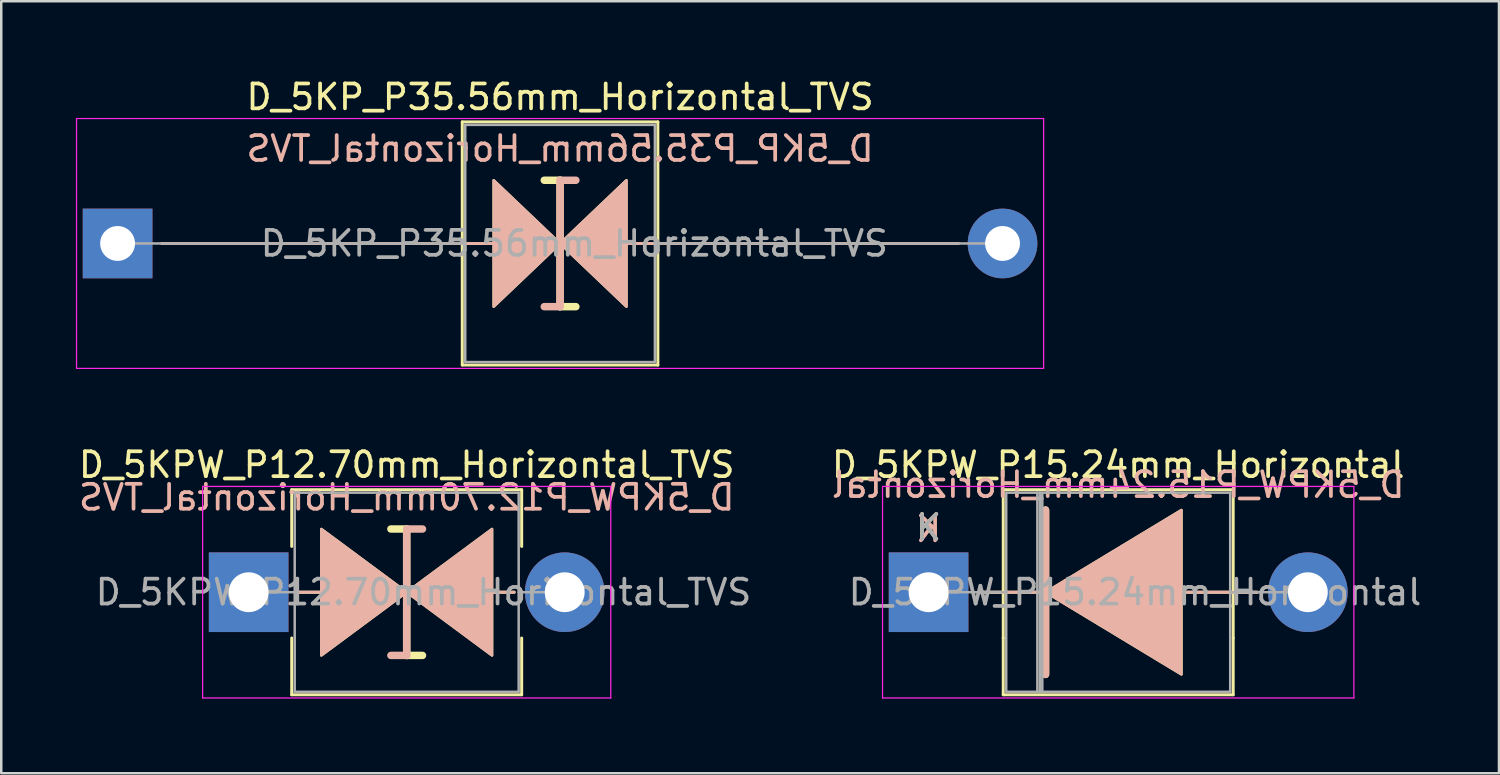
<source format=kicad_pcb>
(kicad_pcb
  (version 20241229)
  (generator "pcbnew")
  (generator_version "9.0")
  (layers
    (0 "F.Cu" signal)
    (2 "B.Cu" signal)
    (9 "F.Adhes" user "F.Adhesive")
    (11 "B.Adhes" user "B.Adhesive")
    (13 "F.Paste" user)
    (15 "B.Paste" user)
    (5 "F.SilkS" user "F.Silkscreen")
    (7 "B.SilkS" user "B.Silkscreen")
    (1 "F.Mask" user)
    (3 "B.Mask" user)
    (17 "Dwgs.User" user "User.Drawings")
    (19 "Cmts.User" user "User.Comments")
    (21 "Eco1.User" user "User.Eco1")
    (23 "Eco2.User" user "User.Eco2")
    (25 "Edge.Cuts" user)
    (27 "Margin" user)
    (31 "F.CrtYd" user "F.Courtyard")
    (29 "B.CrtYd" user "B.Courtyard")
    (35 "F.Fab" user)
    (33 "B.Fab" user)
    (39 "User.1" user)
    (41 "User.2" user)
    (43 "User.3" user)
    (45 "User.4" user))
  (footprint "D_5KP_P35.56mm_Horizontal_TVS"
    (layer "F.Cu")
    (at 1.675 6.733)
    (property "Reference" "D_5KP_P35.56mm_Horizontal_TVS" (at 17.78 -5.885 0) (layer "F.SilkS") (effects (font (size 1 1) (thickness 0.15))))
    (fp_line (start 1.778 0) (end 15.113 0) (stroke (width 0.12) (type solid)) (layer "F.SilkS"))
    (fp_line (start 13.85 -4.885) (end 13.85 4.885) (stroke (width 0.12) (type solid)) (layer "F.SilkS"))
    (fp_line (start 13.85 4.885) (end 21.71 4.885) (stroke (width 0.12) (type solid)) (layer "F.SilkS"))
    (fp_line (start 17.78 -2.54) (end 17.145 -2.54) (stroke (width 0.3) (type solid)) (layer "F.SilkS"))
    (fp_line (start 17.78 2.54) (end 17.78 -2.54) (stroke (width 0.3) (type solid)) (layer "F.SilkS"))
    (fp_line (start 18.415 2.54) (end 17.78 2.54) (stroke (width 0.3) (type solid)) (layer "F.SilkS"))
    (fp_line (start 21.71 -4.885) (end 13.85 -4.885) (stroke (width 0.12) (type solid)) (layer "F.SilkS"))
    (fp_line (start 21.71 4.885) (end 21.71 -4.885) (stroke (width 0.12) (type solid)) (layer "F.SilkS"))
    (fp_line (start 33.782 0) (end 20.447 0) (stroke (width 0.12) (type solid)) (layer "F.SilkS"))
    (fp_poly (pts (xy 17.78 0) (xy 15.113 2.54) (xy 15.113 -2.54)) (stroke (width 0.1) (type solid)) (fill yes) (layer "F.SilkS"))
    (fp_poly (pts (xy 17.78 0) (xy 20.447 -2.54) (xy 20.447 2.54)) (stroke (width 0.1) (type solid)) (fill yes) (layer "F.SilkS"))
    (fp_line (start 1.778 0) (end 15.113 0) (stroke (width 0.12) (type solid)) (layer "B.SilkS"))
    (fp_line (start 17.78 -2.54) (end 17.78 2.54) (stroke (width 0.3) (type solid)) (layer "B.SilkS"))
    (fp_line (start 17.78 2.54) (end 17.145 2.54) (stroke (width 0.3) (type solid)) (layer "B.SilkS"))
    (fp_line (start 18.415 -2.54) (end 17.78 -2.54) (stroke (width 0.3) (type solid)) (layer "B.SilkS"))
    (fp_line (start 33.782 0) (end 20.447 0) (stroke (width 0.12) (type solid)) (layer "B.SilkS"))
    (fp_poly (pts (xy 17.78 0) (xy 15.113 -2.54) (xy 15.113 2.54)) (stroke (width 0.1) (type solid)) (fill yes) (layer "B.SilkS"))
    (fp_poly (pts (xy 17.78 0) (xy 20.447 2.54) (xy 20.447 -2.54)) (stroke (width 0.1) (type solid)) (fill yes) (layer "B.SilkS"))
    (fp_line (start -1.65 -5.02) (end -1.65 5.02) (stroke (width 0.05) (type solid)) (layer "F.CrtYd"))
    (fp_line (start -1.65 5.02) (end 37.21 5.02) (stroke (width 0.05) (type solid)) (layer "F.CrtYd"))
    (fp_line (start 37.21 -5.02) (end -1.65 -5.02) (stroke (width 0.05) (type solid)) (layer "F.CrtYd"))
    (fp_line (start 37.21 5.02) (end 37.21 -5.02) (stroke (width 0.05) (type solid)) (layer "F.CrtYd"))
    (fp_line (start 0 0) (end 13.97 0) (stroke (width 0.1) (type solid)) (layer "F.Fab"))
    (fp_line (start 13.97 -4.765) (end 13.97 4.765) (stroke (width 0.1) (type solid)) (layer "F.Fab"))
    (fp_line (start 13.97 4.765) (end 21.59 4.765) (stroke (width 0.1) (type solid)) (layer "F.Fab"))
    (fp_line (start 21.59 -4.765) (end 13.97 -4.765) (stroke (width 0.1) (type solid)) (layer "F.Fab"))
    (fp_line (start 21.59 4.765) (end 21.59 -4.765) (stroke (width 0.1) (type solid)) (layer "F.Fab"))
    (fp_line (start 35.56 0) (end 21.59 0) (stroke (width 0.1) (type solid)) (layer "F.Fab"))
    (fp_text user "${REFERENCE}" (at 17.78 -3.81 0) (layer "B.SilkS") (effects (font (size 1 1) (thickness 0.15)) (justify mirror)))
    (fp_text user "${REFERENCE}" (at 18.352 0 0) (layer "F.Fab") (effects (font (size 1 1) (thickness 0.15))))
    (pad "1" thru_hole rect (at 0 0) (size 2.8 2.8) (drill 1.4) (layers "*.Cu" "*.Mask"))
    (pad "2" thru_hole oval (at 35.56 0) (size 2.8 2.8) (drill 1.4) (layers "*.Cu" "*.Mask")))
  (footprint "D_5KPW_P15.24mm_Horizontal"
    (layer "F.Cu")
    (at 34.263 20.747)
    (property "Reference" "D_5KPW_P15.24mm_Horizontal" (at 7.62 -5.12 0) (layer "F.SilkS") (effects (font (size 1 1) (thickness 0.15))))
    (fp_line (start 2.032 0) (end 4.699 0) (stroke (width 0.12) (type solid)) (layer "F.SilkS"))
    (fp_line (start 3 -4.12) (end 12.24 -4.12) (stroke (width 0.12) (type solid)) (layer "F.SilkS"))
    (fp_line (start 3 1.84) (end 3 -4.12) (stroke (width 0.12) (type solid)) (layer "F.SilkS"))
    (fp_line (start 3 1.84) (end 3 4.12) (stroke (width 0.12) (type solid)) (layer "F.SilkS"))
    (fp_line (start 3 4.12) (end 12.24 4.12) (stroke (width 0.12) (type solid)) (layer "F.SilkS"))
    (fp_line (start 4.699 -3.302) (end 4.699 3.302) (stroke (width 0.3) (type solid)) (layer "F.SilkS"))
    (fp_line (start 12.24 -4.12) (end 12.24 1.84) (stroke (width 0.12) (type solid)) (layer "F.SilkS"))
    (fp_line (start 12.24 4.12) (end 12.24 1.84) (stroke (width 0.12) (type solid)) (layer "F.SilkS"))
    (fp_line (start 13.208 0) (end 9.67 0) (stroke (width 0.12) (type solid)) (layer "F.SilkS"))
    (fp_poly (pts (xy 10.16 3.302) (xy 4.699 0) (xy 10.16 -3.302)) (stroke (width 0.1) (type solid)) (fill yes) (layer "F.SilkS"))
    (fp_line (start 2.032 0) (end 4.699 0) (stroke (width 0.12) (type solid)) (layer "B.SilkS"))
    (fp_line (start 4.699 3.302) (end 4.699 -3.302) (stroke (width 0.3) (type solid)) (layer "B.SilkS"))
    (fp_line (start 13.208 0) (end 9.67 0) (stroke (width 0.12) (type solid)) (layer "B.SilkS"))
    (fp_poly (pts (xy 10.16 -3.302) (xy 4.699 0) (xy 10.16 3.302)) (stroke (width 0.1) (type solid)) (fill yes) (layer "B.SilkS"))
    (fp_line (start -1.85 -4.25) (end -1.85 4.25) (stroke (width 0.05) (type solid)) (layer "F.CrtYd"))
    (fp_line (start -1.85 4.25) (end 17.09 4.25) (stroke (width 0.05) (type solid)) (layer "F.CrtYd"))
    (fp_line (start 17.09 -4.25) (end -1.85 -4.25) (stroke (width 0.05) (type solid)) (layer "F.CrtYd"))
    (fp_line (start 17.09 4.25) (end 17.09 -4.25) (stroke (width 0.05) (type solid)) (layer "F.CrtYd"))
    (fp_line (start 0 0) (end 3.12 0) (stroke (width 0.1) (type solid)) (layer "F.Fab"))
    (fp_line (start 3.12 -4) (end 3.12 4) (stroke (width 0.1) (type solid)) (layer "F.Fab"))
    (fp_line (start 3.12 4) (end 12.12 4) (stroke (width 0.1) (type solid)) (layer "F.Fab"))
    (fp_line (start 4.37 -4) (end 4.37 4) (stroke (width 0.1) (type solid)) (layer "F.Fab"))
    (fp_line (start 4.47 -4) (end 4.47 4) (stroke (width 0.1) (type solid)) (layer "F.Fab"))
    (fp_line (start 4.57 -4) (end 4.57 4) (stroke (width 0.1) (type solid)) (layer "F.Fab"))
    (fp_line (start 12.12 -4) (end 3.12 -4) (stroke (width 0.1) (type solid)) (layer "F.Fab"))
    (fp_line (start 12.12 4) (end 12.12 -4) (stroke (width 0.1) (type solid)) (layer "F.Fab"))
    (fp_line (start 15.24 0) (end 12.12 0) (stroke (width 0.1) (type solid)) (layer "F.Fab"))
    (fp_text user "K" (at 0 -2.6 0) (layer "F.SilkS") (effects (font (size 1 1) (thickness 0.15))))
    (fp_text user "K" (at 0 -2.54 0) (layer "B.SilkS") (effects (font (size 1 1) (thickness 0.15)) (justify mirror)))
    (fp_text user "${REFERENCE}" (at 7.62 -4.318 0) (layer "B.SilkS") (effects (font (size 1 1) (thickness 0.15)) (justify mirror)))
    (fp_text user "${REFERENCE}" (at 8.295 0 0) (layer "F.Fab") (effects (font (size 1 1) (thickness 0.15))))
    (fp_text user "K" (at 0 -2.6 0) (layer "F.Fab") (effects (font (size 1 1) (thickness 0.15))))
    (pad "1" thru_hole rect (at 0 0) (size 3.2 3.2) (drill 1.6) (layers "*.Cu" "*.Mask"))
    (pad "2" thru_hole oval (at 15.24 0) (size 3.2 3.2) (drill 1.6) (layers "*.Cu" "*.Mask")))
  (footprint "D_5KPW_P12.70mm_Horizontal_TVS"
    (layer "F.Cu")
    (at 6.942 20.747)
    (property "Reference" "D_5KPW_P12.70mm_Horizontal_TVS" (at 6.35 -5.12 0) (layer "F.SilkS") (effects (font (size 1 1) (thickness 0.15))))
    (fp_line (start 1.73 -4.12) (end 10.97 -4.12) (stroke (width 0.12) (type solid)) (layer "F.SilkS"))
    (fp_line (start 1.73 -1.84) (end 1.73 -4.12) (stroke (width 0.12) (type solid)) (layer "F.SilkS"))
    (fp_line (start 1.73 1.84) (end 1.73 4.12) (stroke (width 0.12) (type solid)) (layer "F.SilkS"))
    (fp_line (start 1.73 4.12) (end 10.97 4.12) (stroke (width 0.12) (type solid)) (layer "F.SilkS"))
    (fp_line (start 2.921 0) (end 2.032 0) (stroke (width 0.12) (type solid)) (layer "F.SilkS"))
    (fp_line (start 6.35 -2.54) (end 5.715 -2.54) (stroke (width 0.3) (type solid)) (layer "F.SilkS"))
    (fp_line (start 6.35 2.54) (end 6.35 -2.54) (stroke (width 0.3) (type solid)) (layer "F.SilkS"))
    (fp_line (start 6.985 2.54) (end 6.35 2.54) (stroke (width 0.3) (type solid)) (layer "F.SilkS"))
    (fp_line (start 10.668 0) (end 9.779 0) (stroke (width 0.12) (type solid)) (layer "F.SilkS"))
    (fp_line (start 10.97 -4.12) (end 10.97 -1.84) (stroke (width 0.12) (type solid)) (layer "F.SilkS"))
    (fp_line (start 10.97 4.12) (end 10.97 1.84) (stroke (width 0.12) (type solid)) (layer "F.SilkS"))
    (fp_poly (pts (xy 6.35 0) (xy 2.921 2.54) (xy 2.921 -2.54)) (stroke (width 0.1) (type solid)) (fill yes) (layer "F.SilkS"))
    (fp_poly (pts (xy 6.35 0) (xy 9.779 -2.54) (xy 9.779 2.54)) (stroke (width 0.1) (type solid)) (fill yes) (layer "F.SilkS"))
    (fp_line (start 2.921 0) (end 2.032 0) (stroke (width 0.12) (type solid)) (layer "B.SilkS"))
    (fp_line (start 6.35 -2.54) (end 6.35 2.54) (stroke (width 0.3) (type solid)) (layer "B.SilkS"))
    (fp_line (start 6.35 2.54) (end 5.715 2.54) (stroke (width 0.3) (type solid)) (layer "B.SilkS"))
    (fp_line (start 6.985 -2.54) (end 6.35 -2.54) (stroke (width 0.3) (type solid)) (layer "B.SilkS"))
    (fp_line (start 10.668 0) (end 9.779 0) (stroke (width 0.12) (type solid)) (layer "B.SilkS"))
    (fp_poly (pts (xy 6.35 0) (xy 2.921 -2.54) (xy 2.921 2.54)) (stroke (width 0.1) (type solid)) (fill yes) (layer "B.SilkS"))
    (fp_poly (pts (xy 6.35 0) (xy 9.779 2.54) (xy 9.779 -2.54)) (stroke (width 0.1) (type solid)) (fill yes) (layer "B.SilkS"))
    (fp_line (start -1.85 -4.25) (end -1.85 4.25) (stroke (width 0.05) (type solid)) (layer "F.CrtYd"))
    (fp_line (start -1.85 4.25) (end 14.55 4.25) (stroke (width 0.05) (type solid)) (layer "F.CrtYd"))
    (fp_line (start 14.55 -4.25) (end -1.85 -4.25) (stroke (width 0.05) (type solid)) (layer "F.CrtYd"))
    (fp_line (start 14.55 4.25) (end 14.55 -4.25) (stroke (width 0.05) (type solid)) (layer "F.CrtYd"))
    (fp_line (start 0 0) (end 1.85 0) (stroke (width 0.1) (type solid)) (layer "F.Fab"))
    (fp_line (start 1.85 -4) (end 1.85 4) (stroke (width 0.1) (type solid)) (layer "F.Fab"))
    (fp_line (start 1.85 4) (end 10.85 4) (stroke (width 0.1) (type solid)) (layer "F.Fab"))
    (fp_line (start 10.85 -4) (end 1.85 -4) (stroke (width 0.1) (type solid)) (layer "F.Fab"))
    (fp_line (start 10.85 4) (end 10.85 -4) (stroke (width 0.1) (type solid)) (layer "F.Fab"))
    (fp_line (start 12.7 0) (end 10.85 0) (stroke (width 0.1) (type solid)) (layer "F.Fab"))
    (fp_text user "${REFERENCE}" (at 6.35 -3.81 0) (layer "B.SilkS") (effects (font (size 1 1) (thickness 0.15)) (justify mirror)))
    (fp_text user "${REFERENCE}" (at 7.025 0 0) (layer "F.Fab") (effects (font (size 1 1) (thickness 0.15))))
    (pad "1" thru_hole rect (at 0 0) (size 3.2 3.2) (drill 1.6) (layers "*.Cu" "*.Mask"))
    (pad "2" thru_hole oval (at 12.7 0) (size 3.2 3.2) (drill 1.6) (layers "*.Cu" "*.Mask")))
  (gr_rect
    (start -3 -3)
    (end 57.183 28.021)
    (stroke (width 0.1) (type default))
    (fill no)
    (layer "Edge.Cuts")))
</source>
